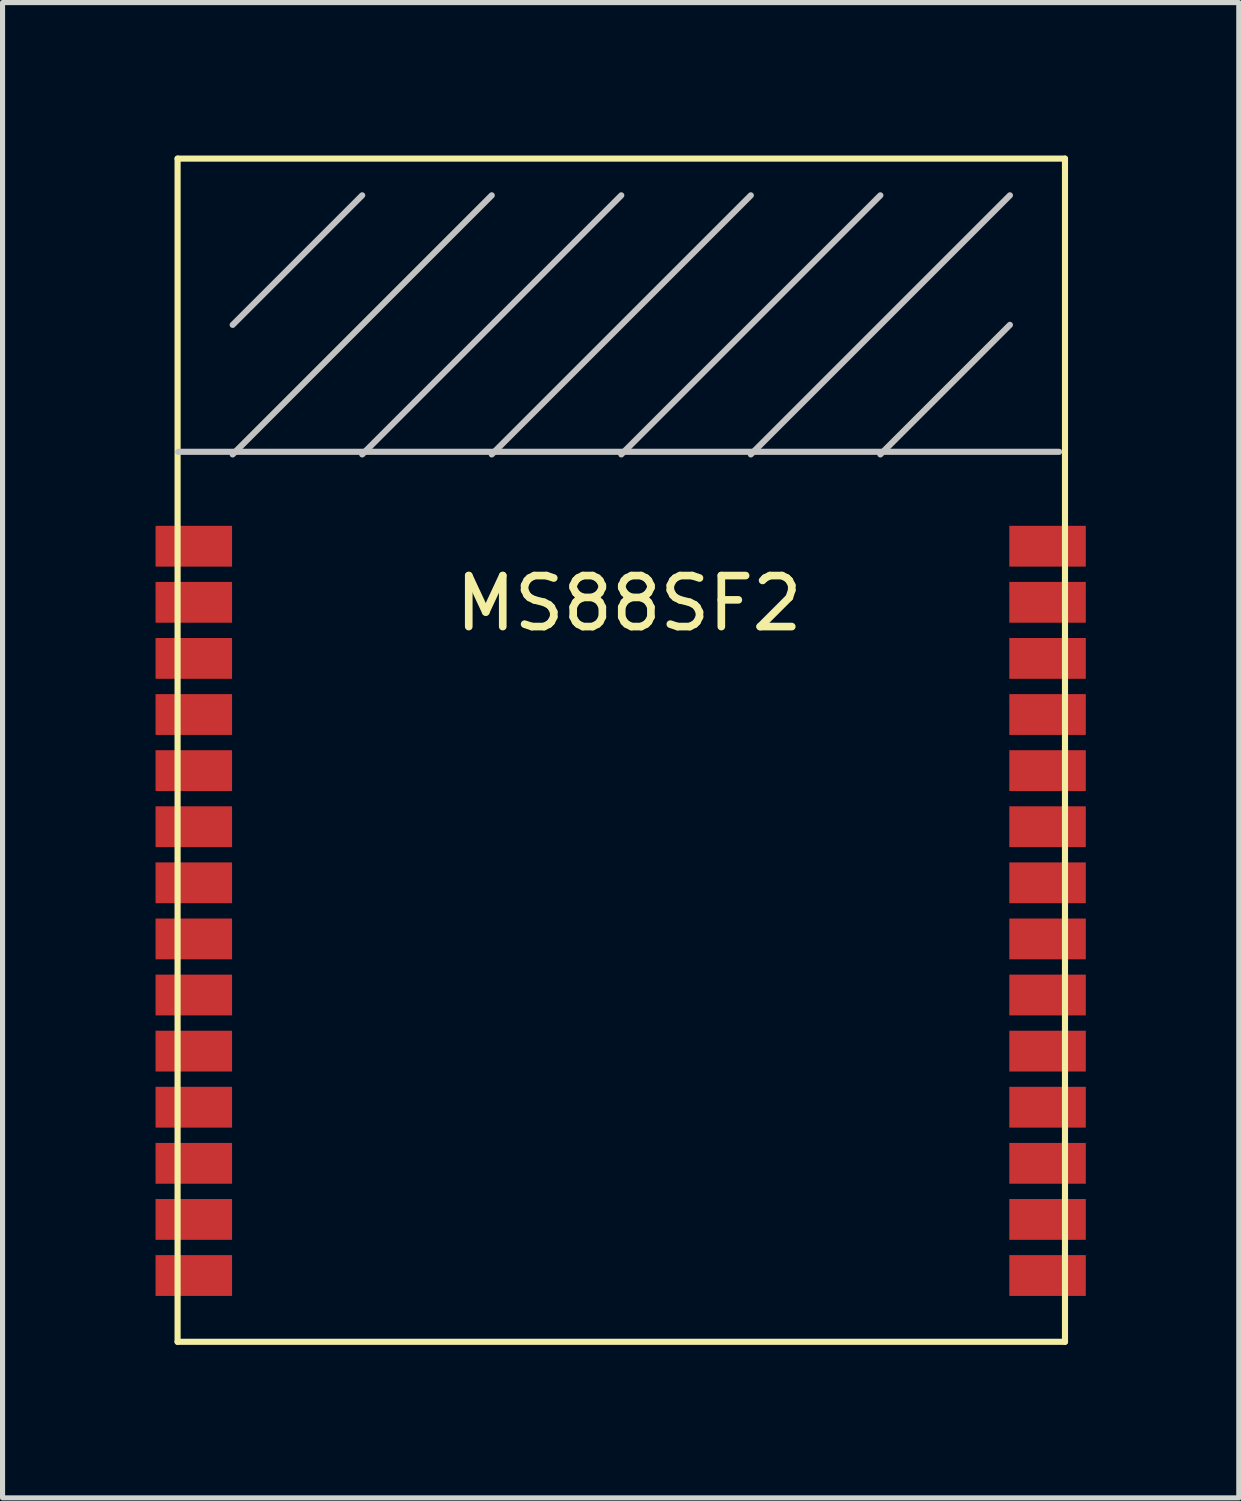
<source format=kicad_pcb>
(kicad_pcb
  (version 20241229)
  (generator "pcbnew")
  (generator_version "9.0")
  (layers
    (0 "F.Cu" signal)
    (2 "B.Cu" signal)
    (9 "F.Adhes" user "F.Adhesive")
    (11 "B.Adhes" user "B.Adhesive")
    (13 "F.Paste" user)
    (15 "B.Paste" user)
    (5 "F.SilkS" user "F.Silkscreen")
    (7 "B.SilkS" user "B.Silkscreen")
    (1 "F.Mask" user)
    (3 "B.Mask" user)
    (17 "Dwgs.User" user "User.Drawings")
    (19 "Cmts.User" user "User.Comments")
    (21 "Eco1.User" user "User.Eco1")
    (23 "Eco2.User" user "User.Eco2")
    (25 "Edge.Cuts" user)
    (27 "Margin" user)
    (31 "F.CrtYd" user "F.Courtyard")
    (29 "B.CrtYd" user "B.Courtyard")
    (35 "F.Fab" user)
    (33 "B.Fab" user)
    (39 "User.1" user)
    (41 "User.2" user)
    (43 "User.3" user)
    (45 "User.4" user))
  (footprint "MS88SF2"
    (layer "F.Cu")
    (at 9.132 5.86)
    (property "Reference" "MS88SF2" (at 0.152 2.921 0) (layer "F.SilkS") (effects (font (size 1 1) (thickness 0.15))))
    (attr through_hole)
    (fp_line (start -8.7 -5.8) (end 8.7 -5.8) (stroke (width 0.12) (type solid)) (layer "F.SilkS"))
    (fp_line (start -8.7 17.4) (end -8.7 -5.8) (stroke (width 0.12) (type solid)) (layer "F.SilkS"))
    (fp_line (start 8.7 -5.8) (end 8.7 17.4) (stroke (width 0.12) (type solid)) (layer "F.SilkS"))
    (fp_line (start 8.7 17.4) (end -8.7 17.4) (stroke (width 0.12) (type solid)) (layer "F.SilkS"))
    (fp_line (start -8.687 -0.051) (end 8.585 -0.051) (stroke (width 0.12) (type solid)) (layer "Dwgs.User"))
    (fp_line (start -5.08 -5.08) (end -7.62 -2.54) (stroke (width 0.12) (type solid)) (layer "Dwgs.User"))
    (fp_line (start -2.54 -5.08) (end -7.62 0) (stroke (width 0.12) (type solid)) (layer "Dwgs.User"))
    (fp_line (start 0 -5.08) (end -5.08 0) (stroke (width 0.12) (type solid)) (layer "Dwgs.User"))
    (fp_line (start 2.54 -5.08) (end -2.54 0) (stroke (width 0.12) (type solid)) (layer "Dwgs.User"))
    (fp_line (start 5.08 -5.08) (end 0 0) (stroke (width 0.12) (type solid)) (layer "Dwgs.User"))
    (fp_line (start 5.08 0) (end 7.62 -2.54) (stroke (width 0.12) (type solid)) (layer "Dwgs.User"))
    (fp_line (start 7.62 -5.08) (end 2.54 0) (stroke (width 0.12) (type solid)) (layer "Dwgs.User"))
    (pad "1" smd rect (at -8.382 16.1) (size 1.5 0.8) (layers "F.Cu" "F.Mask" "F.Paste"))
    (pad "2" smd rect (at -8.382 15) (size 1.5 0.8) (layers "F.Cu" "F.Mask" "F.Paste"))
    (pad "3" smd rect (at -8.382 13.9) (size 1.5 0.8) (layers "F.Cu" "F.Mask" "F.Paste"))
    (pad "4" smd rect (at -8.382 12.8) (size 1.5 0.8) (layers "F.Cu" "F.Mask" "F.Paste"))
    (pad "5" smd rect (at -8.382 11.7) (size 1.5 0.8) (layers "F.Cu" "F.Mask" "F.Paste"))
    (pad "6" smd rect (at -8.382 10.6) (size 1.5 0.8) (layers "F.Cu" "F.Mask" "F.Paste"))
    (pad "7" smd rect (at -8.382 9.5) (size 1.5 0.8) (layers "F.Cu" "F.Mask" "F.Paste"))
    (pad "8" smd rect (at -8.382 8.4) (size 1.5 0.8) (layers "F.Cu" "F.Mask" "F.Paste"))
    (pad "9" smd rect (at -8.382 7.3) (size 1.5 0.8) (layers "F.Cu" "F.Mask" "F.Paste"))
    (pad "10" smd rect (at -8.382 6.2) (size 1.5 0.8) (layers "F.Cu" "F.Mask" "F.Paste"))
    (pad "11" smd rect (at -8.382 5.1) (size 1.5 0.8) (layers "F.Cu" "F.Mask" "F.Paste"))
    (pad "12" smd rect (at -8.382 4) (size 1.5 0.8) (layers "F.Cu" "F.Mask" "F.Paste"))
    (pad "13" smd rect (at -8.382 2.9) (size 1.5 0.8) (layers "F.Cu" "F.Mask" "F.Paste"))
    (pad "14" smd rect (at -8.382 1.8) (size 1.5 0.8) (layers "F.Cu" "F.Mask" "F.Paste"))
    (pad "15" smd rect (at 8.358 16.1) (size 1.5 0.8) (layers "F.Cu" "F.Mask" "F.Paste"))
    (pad "16" smd rect (at 8.358 15) (size 1.5 0.8) (layers "F.Cu" "F.Mask" "F.Paste"))
    (pad "17" smd rect (at 8.358 13.9) (size 1.5 0.8) (layers "F.Cu" "F.Mask" "F.Paste"))
    (pad "18" smd rect (at 8.358 12.8) (size 1.5 0.8) (layers "F.Cu" "F.Mask" "F.Paste"))
    (pad "19" smd rect (at 8.358 11.7) (size 1.5 0.8) (layers "F.Cu" "F.Mask" "F.Paste"))
    (pad "20" smd rect (at 8.358 10.6) (size 1.5 0.8) (layers "F.Cu" "F.Mask" "F.Paste"))
    (pad "21" smd rect (at 8.358 9.5) (size 1.5 0.8) (layers "F.Cu" "F.Mask" "F.Paste"))
    (pad "22" smd rect (at 8.358 8.4) (size 1.5 0.8) (layers "F.Cu" "F.Mask" "F.Paste"))
    (pad "23" smd rect (at 8.358 7.3) (size 1.5 0.8) (layers "F.Cu" "F.Mask" "F.Paste"))
    (pad "24" smd rect (at 8.358 6.2) (size 1.5 0.8) (layers "F.Cu" "F.Mask" "F.Paste"))
    (pad "25" smd rect (at 8.358 5.1) (size 1.5 0.8) (layers "F.Cu" "F.Mask" "F.Paste"))
    (pad "26" smd rect (at 8.358 4) (size 1.5 0.8) (layers "F.Cu" "F.Mask" "F.Paste"))
    (pad "27" smd rect (at 8.358 2.9) (size 1.5 0.8) (layers "F.Cu" "F.Mask" "F.Paste"))
    (pad "28" smd rect (at 8.358 1.8) (size 1.5 0.8) (layers "F.Cu" "F.Mask" "F.Paste")))
  (gr_rect
    (start -3 -3)
    (end 21.24 26.32)
    (stroke (width 0.1) (type default))
    (fill no)
    (layer "Edge.Cuts")))
</source>
